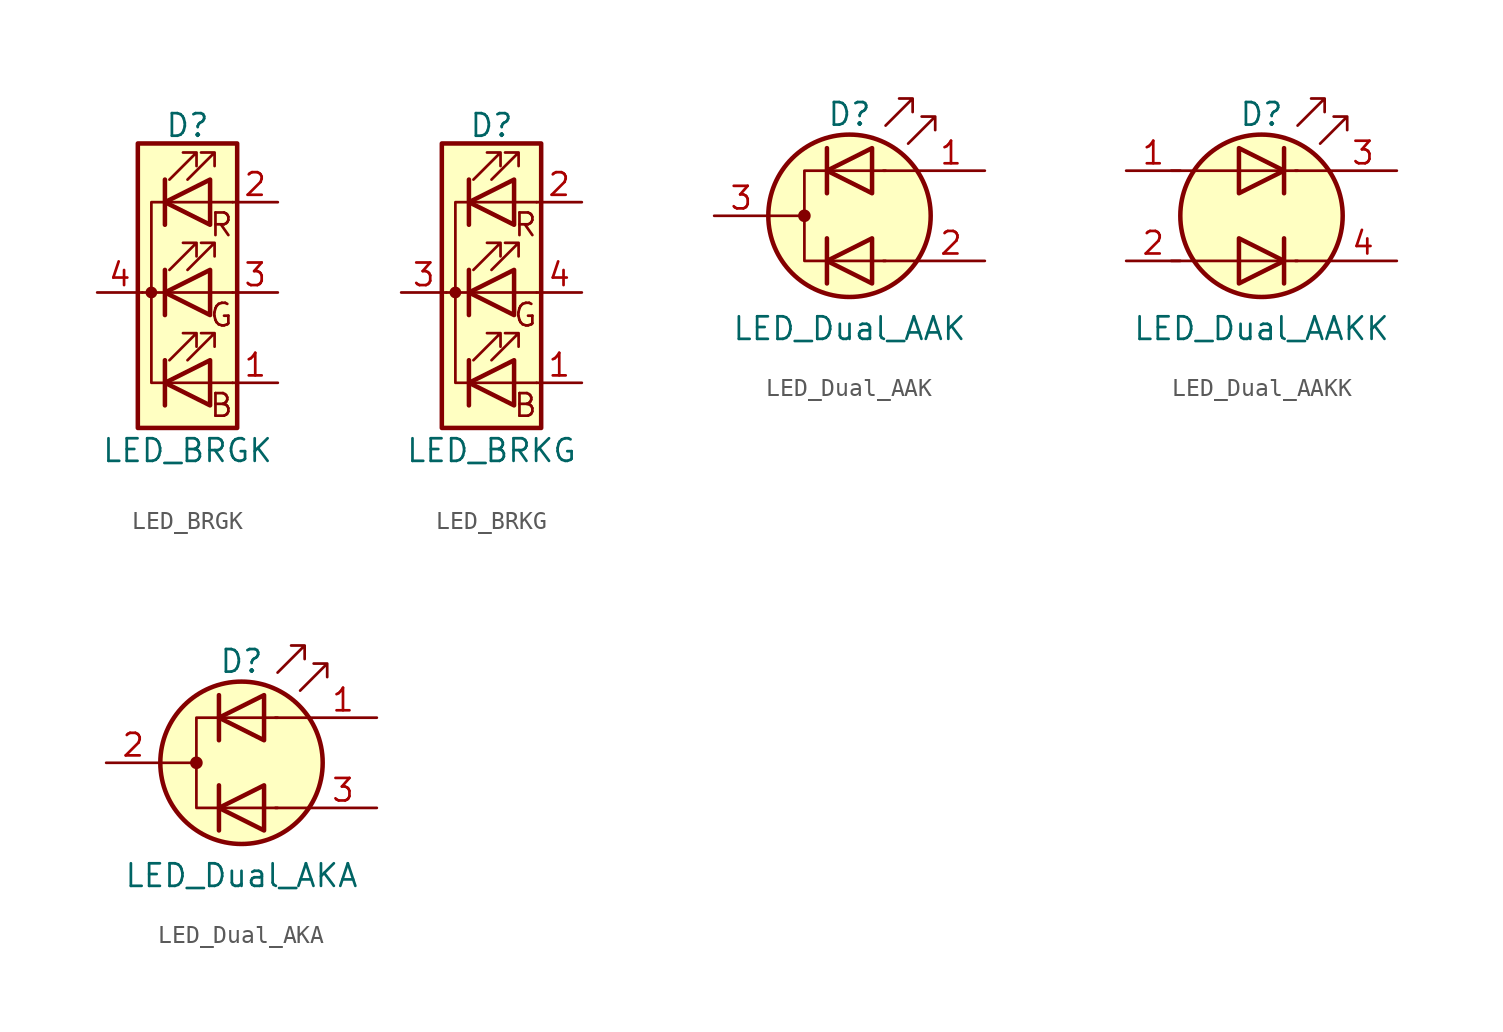
<source format=kicad_sym>
(kicad_symbol_lib
  (version 20241209)
  (generator "kicad_symbol_editor")
  (generator_version "9.0")
  (symbol "LED_BRGK"
    (pin_names
      (offset 0)
      (hide yes))
    (property "Reference" "D"
      (at 0 9.398 0)
      (effects (font (size 1.27 1.27))))
    (property "Value" "LED_BRGK"
      (at 0 -8.89 0)
      (effects (font (size 1.27 1.27))))
    (symbol "LED_BRGK_0_0"
      (text "R" (at 1.905 3.81 0) (effects (font (size 1.27 1.27))))
      (text "G" (at 1.905 -1.27 0) (effects (font (size 1.27 1.27))))
      (text "B" (at 1.905 -6.35 0) (effects (font (size 1.27 1.27)))))
    (symbol "LED_BRGK_0_1"
      (circle (center -2.032 0) (radius 0.254) (stroke (width 0) (type solid)) (fill (type outline)))
      (polyline (pts (xy -1.27 6.35) (xy -1.27 3.81)) (stroke (width 0.254) (type solid)) (fill (type none)))
      (polyline (pts (xy -1.27 6.35) (xy -1.27 3.81) (xy -1.27 3.81)) (stroke (width 0) (type solid)) (fill (type none)))
      (polyline (pts (xy -1.27 5.08) (xy 1.27 5.08)) (stroke (width 0) (type solid)) (fill (type none)))
      (polyline (pts (xy -1.27 5.08) (xy -2.032 5.08) (xy -2.032 -5.08) (xy -1.016 -5.08)) (stroke (width 0) (type solid)) (fill (type none)))
      (polyline (pts (xy -1.27 1.27) (xy -1.27 -1.27)) (stroke (width 0.254) (type solid)) (fill (type none)))
      (polyline (pts (xy -1.27 1.27) (xy -1.27 -1.27) (xy -1.27 -1.27)) (stroke (width 0) (type solid)) (fill (type none)))
      (polyline (pts (xy -1.27 0) (xy -2.54 0)) (stroke (width 0) (type solid)) (fill (type none)))
      (polyline (pts (xy -1.27 -3.81) (xy -1.27 -6.35)) (stroke (width 0.254) (type solid)) (fill (type none)))
      (polyline (pts (xy -1.27 -5.08) (xy 1.27 -5.08)) (stroke (width 0) (type solid)) (fill (type none)))
      (polyline (pts (xy -1.016 6.35) (xy 0.508 7.874) (xy -0.254 7.874) (xy 0.508 7.874) (xy 0.508 7.112)) (stroke (width 0) (type solid)) (fill (type none)))
      (polyline (pts (xy -1.016 1.27) (xy 0.508 2.794) (xy -0.254 2.794) (xy 0.508 2.794) (xy 0.508 2.032)) (stroke (width 0) (type solid)) (fill (type none)))
      (polyline (pts (xy -1.016 -3.81) (xy 0.508 -2.286) (xy -0.254 -2.286) (xy 0.508 -2.286) (xy 0.508 -3.048)) (stroke (width 0) (type solid)) (fill (type none)))
      (polyline (pts (xy 0 6.35) (xy 1.524 7.874) (xy 0.762 7.874) (xy 1.524 7.874) (xy 1.524 7.112)) (stroke (width 0) (type solid)) (fill (type none)))
      (polyline (pts (xy 0 1.27) (xy 1.524 2.794) (xy 0.762 2.794) (xy 1.524 2.794) (xy 1.524 2.032)) (stroke (width 0) (type solid)) (fill (type none)))
      (polyline (pts (xy 0 -3.81) (xy 1.524 -2.286) (xy 0.762 -2.286) (xy 1.524 -2.286) (xy 1.524 -3.048)) (stroke (width 0) (type solid)) (fill (type none)))
      (polyline (pts (xy 1.27 6.35) (xy 1.27 3.81) (xy -1.27 5.08) (xy 1.27 6.35)) (stroke (width 0.254) (type solid)) (fill (type none)))
      (rectangle (start 1.27 6.35) (end 1.27 6.35) (stroke (width 0) (type solid)) (fill (type none)))
      (polyline (pts (xy 1.27 5.08) (xy 2.54 5.08)) (stroke (width 0) (type solid)) (fill (type none)))
      (rectangle (start 1.27 3.81) (end 1.27 6.35) (stroke (width 0) (type solid)) (fill (type none)))
      (polyline (pts (xy 1.27 1.27) (xy 1.27 -1.27) (xy -1.27 0) (xy 1.27 1.27)) (stroke (width 0.254) (type solid)) (fill (type none)))
      (rectangle (start 1.27 1.27) (end 1.27 1.27) (stroke (width 0) (type solid)) (fill (type none)))
      (polyline (pts (xy 1.27 0) (xy -1.27 0)) (stroke (width 0) (type solid)) (fill (type none)))
      (polyline (pts (xy 1.27 0) (xy 2.54 0)) (stroke (width 0) (type solid)) (fill (type none)))
      (rectangle (start 1.27 -1.27) (end 1.27 1.27) (stroke (width 0) (type solid)) (fill (type none)))
      (polyline (pts (xy 1.27 -3.81) (xy 1.27 -6.35) (xy -1.27 -5.08) (xy 1.27 -3.81)) (stroke (width 0.254) (type solid)) (fill (type none)))
      (polyline (pts (xy 1.27 -5.08) (xy 2.54 -5.08)) (stroke (width 0) (type solid)) (fill (type none)))
      (rectangle (start 2.794 8.382) (end -2.794 -7.62) (stroke (width 0.254) (type solid)) (fill (type background))))
    (symbol "LED_BRGK_1_1"
      (pin passive line (at -5.08 0 0) (length 2.54) (name "K" (effects (font (size 1.27 1.27)))) (number "4" (effects (font (size 1.27 1.27)))))
      (pin passive line (at 5.08 5.08 180) (length 2.54) (name "RA" (effects (font (size 1.27 1.27)))) (number "2" (effects (font (size 1.27 1.27)))))
      (pin passive line (at 5.08 0 180) (length 2.54) (name "GA" (effects (font (size 1.27 1.27)))) (number "3" (effects (font (size 1.27 1.27)))))
      (pin passive line (at 5.08 -5.08 180) (length 2.54) (name "BA" (effects (font (size 1.27 1.27)))) (number "1" (effects (font (size 1.27 1.27)))))))
  (symbol "LED_BRKG"
    (pin_names
      (offset 0)
      (hide yes))
    (property "Reference" "D"
      (at 0 9.398 0)
      (effects (font (size 1.27 1.27))))
    (property "Value" "LED_BRKG"
      (at 0 -8.89 0)
      (effects (font (size 1.27 1.27))))
    (symbol "LED_BRKG_0_0"
      (text "R" (at 1.905 3.81 0) (effects (font (size 1.27 1.27))))
      (text "G" (at 1.905 -1.27 0) (effects (font (size 1.27 1.27))))
      (text "B" (at 1.905 -6.35 0) (effects (font (size 1.27 1.27)))))
    (symbol "LED_BRKG_0_1"
      (circle (center -2.032 0) (radius 0.254) (stroke (width 0) (type solid)) (fill (type outline)))
      (polyline (pts (xy -1.27 6.35) (xy -1.27 3.81)) (stroke (width 0.254) (type solid)) (fill (type none)))
      (polyline (pts (xy -1.27 6.35) (xy -1.27 3.81) (xy -1.27 3.81)) (stroke (width 0) (type solid)) (fill (type none)))
      (polyline (pts (xy -1.27 5.08) (xy 1.27 5.08)) (stroke (width 0) (type solid)) (fill (type none)))
      (polyline (pts (xy -1.27 5.08) (xy -2.032 5.08) (xy -2.032 -5.08) (xy -1.016 -5.08)) (stroke (width 0) (type solid)) (fill (type none)))
      (polyline (pts (xy -1.27 1.27) (xy -1.27 -1.27)) (stroke (width 0.254) (type solid)) (fill (type none)))
      (polyline (pts (xy -1.27 1.27) (xy -1.27 -1.27) (xy -1.27 -1.27)) (stroke (width 0) (type solid)) (fill (type none)))
      (polyline (pts (xy -1.27 0) (xy -2.54 0)) (stroke (width 0) (type solid)) (fill (type none)))
      (polyline (pts (xy -1.27 -3.81) (xy -1.27 -6.35)) (stroke (width 0.254) (type solid)) (fill (type none)))
      (polyline (pts (xy -1.27 -5.08) (xy 1.27 -5.08)) (stroke (width 0) (type solid)) (fill (type none)))
      (polyline (pts (xy -1.016 6.35) (xy 0.508 7.874) (xy -0.254 7.874) (xy 0.508 7.874) (xy 0.508 7.112)) (stroke (width 0) (type solid)) (fill (type none)))
      (polyline (pts (xy -1.016 1.27) (xy 0.508 2.794) (xy -0.254 2.794) (xy 0.508 2.794) (xy 0.508 2.032)) (stroke (width 0) (type solid)) (fill (type none)))
      (polyline (pts (xy -1.016 -3.81) (xy 0.508 -2.286) (xy -0.254 -2.286) (xy 0.508 -2.286) (xy 0.508 -3.048)) (stroke (width 0) (type solid)) (fill (type none)))
      (polyline (pts (xy 0 6.35) (xy 1.524 7.874) (xy 0.762 7.874) (xy 1.524 7.874) (xy 1.524 7.112)) (stroke (width 0) (type solid)) (fill (type none)))
      (polyline (pts (xy 0 1.27) (xy 1.524 2.794) (xy 0.762 2.794) (xy 1.524 2.794) (xy 1.524 2.032)) (stroke (width 0) (type solid)) (fill (type none)))
      (polyline (pts (xy 0 -3.81) (xy 1.524 -2.286) (xy 0.762 -2.286) (xy 1.524 -2.286) (xy 1.524 -3.048)) (stroke (width 0) (type solid)) (fill (type none)))
      (polyline (pts (xy 1.27 6.35) (xy 1.27 3.81) (xy -1.27 5.08) (xy 1.27 6.35)) (stroke (width 0.254) (type solid)) (fill (type none)))
      (rectangle (start 1.27 6.35) (end 1.27 6.35) (stroke (width 0) (type solid)) (fill (type none)))
      (polyline (pts (xy 1.27 5.08) (xy 2.54 5.08)) (stroke (width 0) (type solid)) (fill (type none)))
      (rectangle (start 1.27 3.81) (end 1.27 6.35) (stroke (width 0) (type solid)) (fill (type none)))
      (polyline (pts (xy 1.27 1.27) (xy 1.27 -1.27) (xy -1.27 0) (xy 1.27 1.27)) (stroke (width 0.254) (type solid)) (fill (type none)))
      (rectangle (start 1.27 1.27) (end 1.27 1.27) (stroke (width 0) (type solid)) (fill (type none)))
      (polyline (pts (xy 1.27 0) (xy -1.27 0)) (stroke (width 0) (type solid)) (fill (type none)))
      (polyline (pts (xy 1.27 0) (xy 2.54 0)) (stroke (width 0) (type solid)) (fill (type none)))
      (rectangle (start 1.27 -1.27) (end 1.27 1.27) (stroke (width 0) (type solid)) (fill (type none)))
      (polyline (pts (xy 1.27 -3.81) (xy 1.27 -6.35) (xy -1.27 -5.08) (xy 1.27 -3.81)) (stroke (width 0.254) (type solid)) (fill (type none)))
      (polyline (pts (xy 1.27 -5.08) (xy 2.54 -5.08)) (stroke (width 0) (type solid)) (fill (type none)))
      (rectangle (start 2.794 8.382) (end -2.794 -7.62) (stroke (width 0.254) (type solid)) (fill (type background))))
    (symbol "LED_BRKG_1_1"
      (pin passive line (at -5.08 0 0) (length 2.54) (name "K" (effects (font (size 1.27 1.27)))) (number "3" (effects (font (size 1.27 1.27)))))
      (pin passive line (at 5.08 5.08 180) (length 2.54) (name "RA" (effects (font (size 1.27 1.27)))) (number "2" (effects (font (size 1.27 1.27)))))
      (pin passive line (at 5.08 0 180) (length 2.54) (name "GA" (effects (font (size 1.27 1.27)))) (number "4" (effects (font (size 1.27 1.27)))))
      (pin passive line (at 5.08 -5.08 180) (length 2.54) (name "BA" (effects (font (size 1.27 1.27)))) (number "1" (effects (font (size 1.27 1.27)))))))
  (symbol "LED_Dual_AAK"
    (pin_names
      (offset 0)
      (hide yes))
    (property "Reference" "D"
      (at 0 5.715 0)
      (effects (font (size 1.27 1.27))))
    (property "Value" "LED_Dual_AAK"
      (at 0 -6.35 0)
      (effects (font (size 1.27 1.27))))
    (symbol "LED_Dual_AAK_0_1"
      (polyline (pts (xy -4.572 0) (xy -2.54 0)) (stroke (width 0) (type solid)) (fill (type none)))
      (circle (center -2.54 0) (radius 0.279) (stroke (width 0) (type solid)) (fill (type outline)))
      (polyline (pts (xy -1.27 1.27) (xy -1.27 3.81)) (stroke (width 0.254) (type solid)) (fill (type none)))
      (polyline (pts (xy -1.27 -1.27) (xy -1.27 -3.81)) (stroke (width 0.254) (type solid)) (fill (type none)))
      (circle (center 0 0) (radius 4.572) (stroke (width 0.254) (type solid)) (fill (type background)))
      (polyline (pts (xy 1.27 1.27) (xy 1.27 3.81) (xy -1.27 2.54) (xy 1.27 1.27)) (stroke (width 0.254) (type solid)) (fill (type none)))
      (polyline (pts (xy 1.27 -3.81) (xy 1.27 -1.27) (xy -1.27 -2.54) (xy 1.27 -3.81)) (stroke (width 0.254) (type solid)) (fill (type none)))
      (polyline (pts (xy 2.032 5.08) (xy 3.556 6.604) (xy 2.794 6.604) (xy 3.556 6.604) (xy 3.556 5.842)) (stroke (width 0) (type solid)) (fill (type none)))
      (polyline (pts (xy 2.032 2.54) (xy -2.54 2.54) (xy -2.54 -2.54) (xy 2.032 -2.54)) (stroke (width 0) (type solid)) (fill (type none)))
      (polyline (pts (xy 3.302 4.064) (xy 4.826 5.588) (xy 4.064 5.588) (xy 4.826 5.588) (xy 4.826 4.826)) (stroke (width 0) (type solid)) (fill (type none)))
      (polyline (pts (xy 3.81 2.54) (xy 1.905 2.54)) (stroke (width 0) (type solid)) (fill (type none)))
      (polyline (pts (xy 3.81 -2.54) (xy 1.905 -2.54)) (stroke (width 0) (type solid)) (fill (type none))))
    (symbol "LED_Dual_AAK_1_1"
      (pin input line (at -7.62 0 0) (length 3.048) (name "K" (effects (font (size 1.27 1.27)))) (number "3" (effects (font (size 1.27 1.27)))))
      (pin input line (at 7.62 2.54 180) (length 3.81) (name "A1" (effects (font (size 1.27 1.27)))) (number "1" (effects (font (size 1.27 1.27)))))
      (pin input line (at 7.62 -2.54 180) (length 3.81) (name "A2" (effects (font (size 1.27 1.27)))) (number "2" (effects (font (size 1.27 1.27)))))))
  (symbol "LED_Dual_AAKK"
    (pin_names
      (offset 0)
      (hide yes))
    (property "Reference" "D"
      (at 0 5.715 0)
      (effects (font (size 1.27 1.27))))
    (property "Value" "LED_Dual_AAKK"
      (at 0 -6.35 0)
      (effects (font (size 1.27 1.27))))
    (symbol "LED_Dual_AAKK_0_1"
      (polyline (pts (xy -5.08 2.54) (xy 2.032 2.54)) (stroke (width 0) (type solid)) (fill (type none)))
      (polyline (pts (xy -5.08 -2.54) (xy 2.032 -2.54)) (stroke (width 0) (type solid)) (fill (type none)))
      (polyline (pts (xy -1.27 3.81) (xy -1.27 1.27) (xy 1.27 2.54) (xy -1.27 3.81)) (stroke (width 0.254) (type solid)) (fill (type none)))
      (polyline (pts (xy -1.27 -1.27) (xy -1.27 -3.81) (xy 1.27 -2.54) (xy -1.27 -1.27)) (stroke (width 0.254) (type solid)) (fill (type none)))
      (circle (center 0 0) (radius 4.572) (stroke (width 0.254) (type solid)) (fill (type background)))
      (polyline (pts (xy 1.27 3.81) (xy 1.27 1.27)) (stroke (width 0.254) (type solid)) (fill (type none)))
      (polyline (pts (xy 1.27 -1.27) (xy 1.27 -3.81)) (stroke (width 0.254) (type solid)) (fill (type none)))
      (polyline (pts (xy 2.032 5.08) (xy 3.556 6.604) (xy 2.794 6.604) (xy 3.556 6.604) (xy 3.556 5.842)) (stroke (width 0) (type solid)) (fill (type none)))
      (polyline (pts (xy 3.302 4.064) (xy 4.826 5.588) (xy 4.064 5.588) (xy 4.826 5.588) (xy 4.826 4.826)) (stroke (width 0) (type solid)) (fill (type none)))
      (polyline (pts (xy 3.81 2.54) (xy 1.905 2.54)) (stroke (width 0) (type solid)) (fill (type none)))
      (polyline (pts (xy 3.81 -2.54) (xy 1.905 -2.54)) (stroke (width 0) (type solid)) (fill (type none))))
    (symbol "LED_Dual_AAKK_1_1"
      (pin input line (at -7.62 2.54 0) (length 3.048) (name "A1" (effects (font (size 1.27 1.27)))) (number "1" (effects (font (size 1.27 1.27)))))
      (pin input line (at -7.62 -2.54 0) (length 3.048) (name "A2" (effects (font (size 1.27 1.27)))) (number "2" (effects (font (size 1.27 1.27)))))
      (pin input line (at 7.62 2.54 180) (length 3.81) (name "K1" (effects (font (size 1.27 1.27)))) (number "3" (effects (font (size 1.27 1.27)))))
      (pin input line (at 7.62 -2.54 180) (length 3.81) (name "K2" (effects (font (size 1.27 1.27)))) (number "4" (effects (font (size 1.27 1.27)))))))
  (symbol "LED_Dual_AKA"
    (pin_names
      (offset 0)
      (hide yes))
    (property "Reference" "D"
      (at 0 5.715 0)
      (effects (font (size 1.27 1.27))))
    (property "Value" "LED_Dual_AKA"
      (at 0 -6.35 0)
      (effects (font (size 1.27 1.27))))
    (symbol "LED_Dual_AKA_0_1"
      (polyline (pts (xy -4.572 0) (xy -2.54 0)) (stroke (width 0) (type solid)) (fill (type none)))
      (circle (center -2.54 0) (radius 0.279) (stroke (width 0) (type solid)) (fill (type outline)))
      (polyline (pts (xy -1.27 1.27) (xy -1.27 3.81)) (stroke (width 0.254) (type solid)) (fill (type none)))
      (polyline (pts (xy -1.27 -1.27) (xy -1.27 -3.81)) (stroke (width 0.254) (type solid)) (fill (type none)))
      (circle (center 0 0) (radius 4.572) (stroke (width 0.254) (type solid)) (fill (type background)))
      (polyline (pts (xy 1.27 1.27) (xy 1.27 3.81) (xy -1.27 2.54) (xy 1.27 1.27)) (stroke (width 0.254) (type solid)) (fill (type none)))
      (polyline (pts (xy 1.27 -3.81) (xy 1.27 -1.27) (xy -1.27 -2.54) (xy 1.27 -3.81)) (stroke (width 0.254) (type solid)) (fill (type none)))
      (polyline (pts (xy 2.032 5.08) (xy 3.556 6.604) (xy 2.794 6.604) (xy 3.556 6.604) (xy 3.556 5.842)) (stroke (width 0) (type solid)) (fill (type none)))
      (polyline (pts (xy 2.032 2.54) (xy -2.54 2.54) (xy -2.54 -2.54) (xy 2.032 -2.54)) (stroke (width 0) (type solid)) (fill (type none)))
      (polyline (pts (xy 3.302 4.064) (xy 4.826 5.588) (xy 4.064 5.588) (xy 4.826 5.588) (xy 4.826 4.826)) (stroke (width 0) (type solid)) (fill (type none)))
      (polyline (pts (xy 3.81 2.54) (xy 1.905 2.54)) (stroke (width 0) (type solid)) (fill (type none)))
      (polyline (pts (xy 3.81 -2.54) (xy 1.905 -2.54)) (stroke (width 0) (type solid)) (fill (type none))))
    (symbol "LED_Dual_AKA_1_1"
      (pin input line (at -7.62 0 0) (length 3.048) (name "K" (effects (font (size 1.27 1.27)))) (number "2" (effects (font (size 1.27 1.27)))))
      (pin input line (at 7.62 2.54 180) (length 3.81) (name "A1" (effects (font (size 1.27 1.27)))) (number "1" (effects (font (size 1.27 1.27)))))
      (pin input line (at 7.62 -2.54 180) (length 3.81) (name "A2" (effects (font (size 1.27 1.27)))) (number "3" (effects (font (size 1.27 1.27))))))))
</source>
